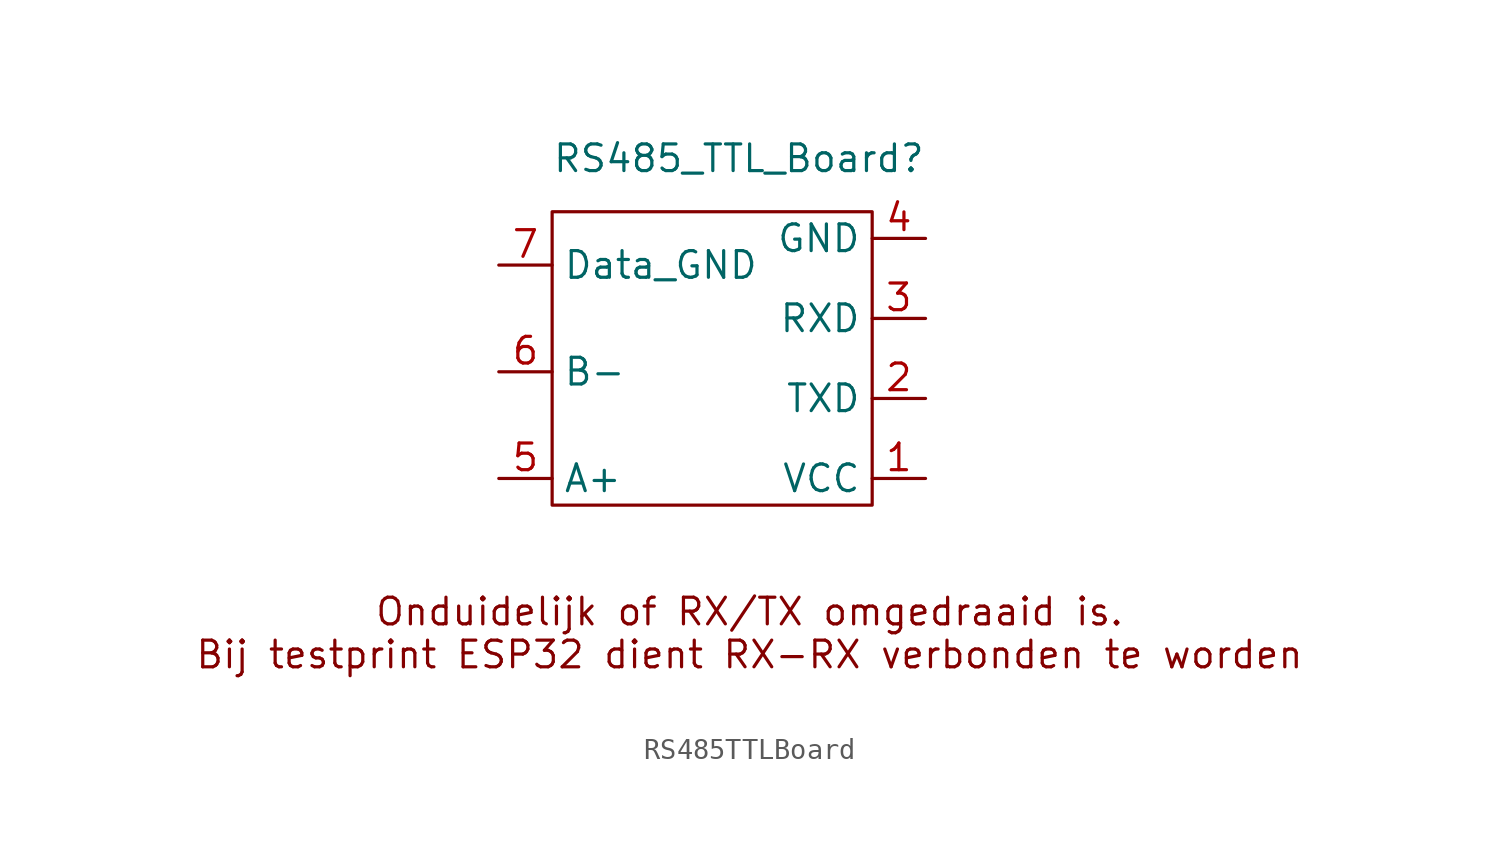
<source format=kicad_sym>
(kicad_symbol_lib
  (version 20241209)
  (generator "kicad_symbol_editor")
  (generator_version "9.0")
  (symbol "RS485TTLBoard"
    (property "Reference" "RS485_TTL_Board"
      (at 0 0 0)
      (effects (font (size 1.27 1.27))))
    (property "Value" ""
      (at 0 0 0)
      (effects (font (size 1.27 1.27))))
    (symbol "RS485TTLBoard_0_1"
      (rectangle (start -8.89 -2.54) (end 6.35 -16.51) (stroke (width 0) (type default)) (fill (type none))))
    (symbol "RS485TTLBoard_1_1"
      (text "Onduidelijk of RX/TX omgedraaid is.\nBij testprint ESP32 dient RX-RX verbonden te worden" (at 0.508 -22.606 0) (effects (font (size 1.27 1.27))))
      (pin power_in line (at -11.43 -5.08 0) (length 2.54) (name "Data_GND" (effects (font (size 1.27 1.27)))) (number "7" (effects (font (size 1.27 1.27)))))
      (pin unspecified line (at -11.43 -10.16 0) (length 2.54) (name "B-" (effects (font (size 1.27 1.27)))) (number "6" (effects (font (size 1.27 1.27)))))
      (pin unspecified line (at -11.43 -15.24 0) (length 2.54) (name "A+" (effects (font (size 1.27 1.27)))) (number "5" (effects (font (size 1.27 1.27)))))
      (pin power_in line (at 8.89 -3.81 180) (length 2.54) (name "GND" (effects (font (size 1.27 1.27)))) (number "4" (effects (font (size 1.27 1.27)))))
      (pin unspecified line (at 8.89 -7.62 180) (length 2.54) (name "RXD" (effects (font (size 1.27 1.27)))) (number "3" (effects (font (size 1.27 1.27)))))
      (pin unspecified line (at 8.89 -11.43 180) (length 2.54) (name "TXD" (effects (font (size 1.27 1.27)))) (number "2" (effects (font (size 1.27 1.27)))))
      (pin unspecified line (at 8.89 -15.24 180) (length 2.54) (name "VCC" (effects (font (size 1.27 1.27)))) (number "1" (effects (font (size 1.27 1.27))))))))
</source>
